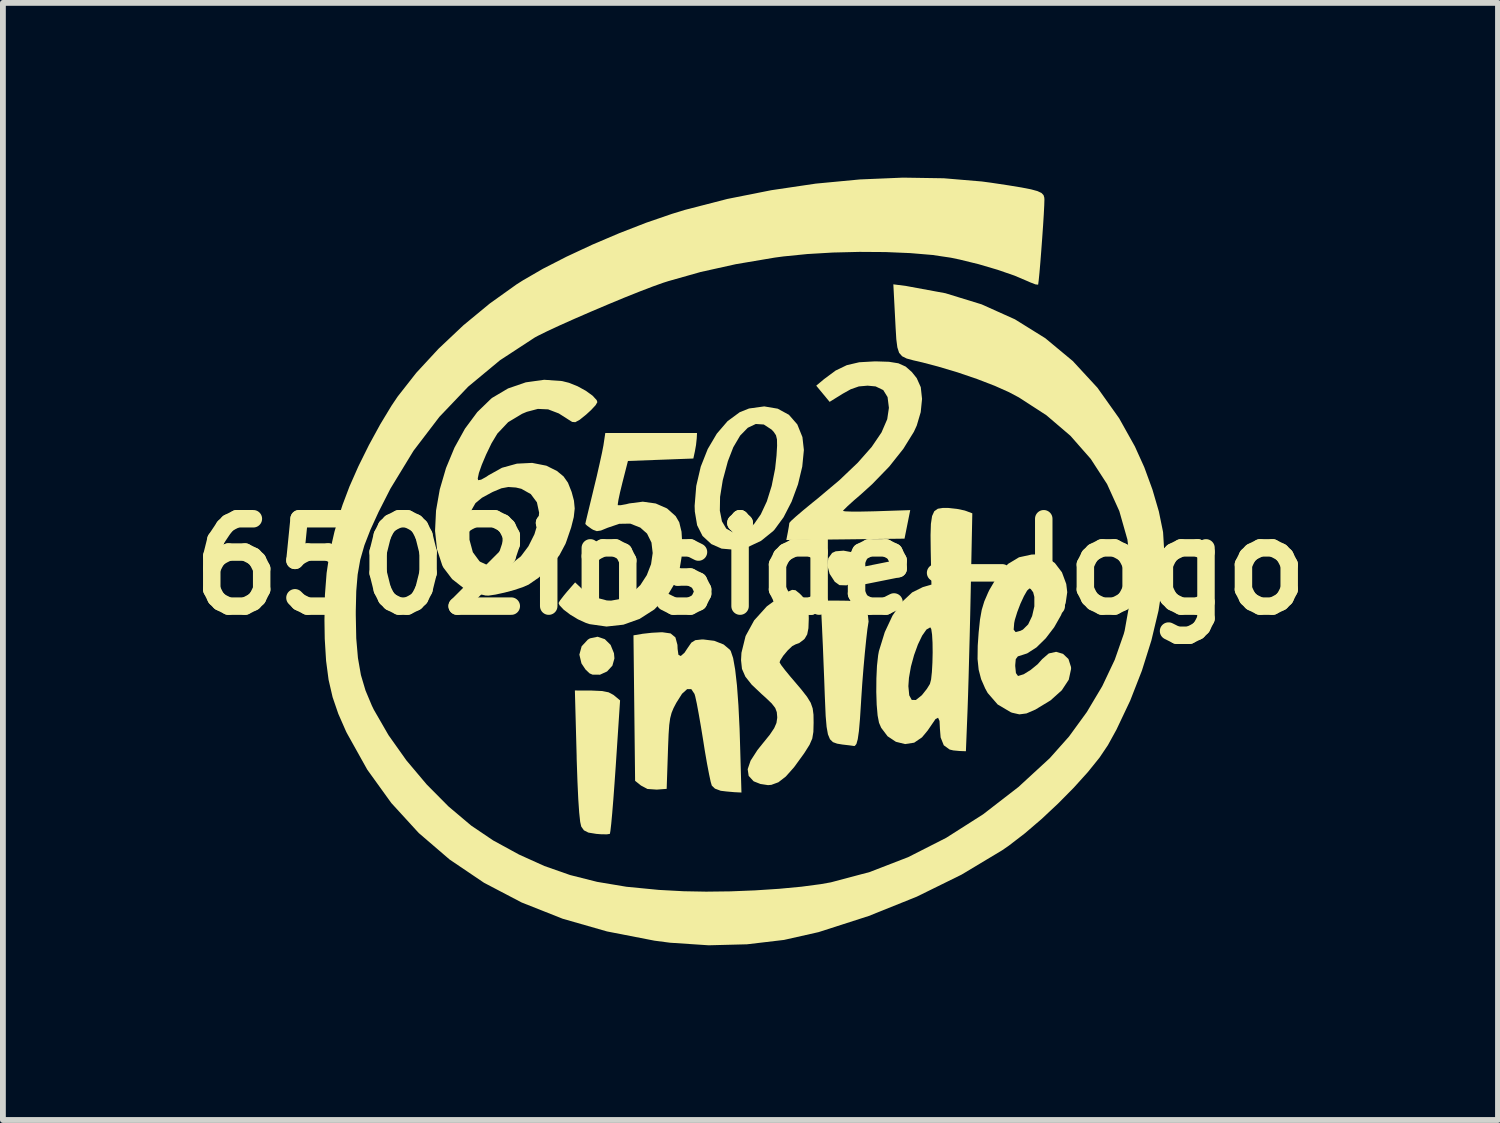
<source format=kicad_pcb>
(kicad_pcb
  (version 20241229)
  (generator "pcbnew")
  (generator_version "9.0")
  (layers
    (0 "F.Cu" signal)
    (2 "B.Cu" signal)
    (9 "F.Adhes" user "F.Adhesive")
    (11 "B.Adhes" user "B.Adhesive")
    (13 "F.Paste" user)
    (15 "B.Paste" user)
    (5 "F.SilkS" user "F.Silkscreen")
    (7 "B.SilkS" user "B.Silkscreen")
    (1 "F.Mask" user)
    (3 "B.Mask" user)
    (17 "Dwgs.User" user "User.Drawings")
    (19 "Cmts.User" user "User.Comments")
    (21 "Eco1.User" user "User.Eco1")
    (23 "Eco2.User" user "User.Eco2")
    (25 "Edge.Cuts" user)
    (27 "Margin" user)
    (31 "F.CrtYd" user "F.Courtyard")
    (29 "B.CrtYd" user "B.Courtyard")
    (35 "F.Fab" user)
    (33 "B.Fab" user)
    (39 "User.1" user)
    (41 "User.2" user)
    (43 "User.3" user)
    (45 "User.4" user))
  (footprint "6502inside-logo"
    (layer "F.Cu")
    (at 9.836 6.679)
    (property "Reference" "6502inside-logo" (at 0 0 0) (layer "F.SilkS") (effects (font (size 1.5 1.5) (thickness 0.3))))
    (attr board_only exclude_from_pos_files exclude_from_bom)
    (fp_poly (pts (xy 1.738 -0.248) (xy 1.845 -0.195) (xy 1.866 -0.175) (xy 1.92 -0.048) (xy 1.907 0.093) (xy 1.835 0.215) (xy 1.797 0.247) (xy 1.65 0.322) (xy 1.528 0.318) (xy 1.448 0.261) (xy 1.359 0.124) (xy 1.321 -0.018) (xy 1.336 -0.144) (xy 1.402 -0.235) (xy 1.463 -0.263) (xy 1.598 -0.274)) (stroke (width 0) (type solid)) (fill yes) (layer "F.SilkS"))
    (fp_poly (pts (xy -2.501 1.246) (xy -2.402 1.344) (xy -2.344 1.487) (xy -2.336 1.576) (xy -2.371 1.701) (xy -2.462 1.8) (xy -2.584 1.856) (xy -2.712 1.855) (xy -2.763 1.833) (xy -2.833 1.766) (xy -2.9 1.665) (xy -2.902 1.662) (xy -2.938 1.511) (xy -2.899 1.368) (xy -2.793 1.254) (xy -2.757 1.232) (xy -2.625 1.204)) (stroke (width 0) (type solid)) (fill yes) (layer "F.SilkS"))
    (fp_poly (pts (xy -2.728 2.128) (xy -2.554 2.136) (xy -2.437 2.158) (xy -2.354 2.202) (xy -2.34 2.213) (xy -2.239 2.297) (xy -2.314 3.432) (xy -2.335 3.731) (xy -2.355 4.002) (xy -2.374 4.234) (xy -2.391 4.417) (xy -2.405 4.538) (xy -2.414 4.588) (xy -2.415 4.589) (xy -2.467 4.597) (xy -2.574 4.595) (xy -2.648 4.589) (xy -2.783 4.567) (xy -2.86 4.528) (xy -2.906 4.463) (xy -2.924 4.383) (xy -2.941 4.224) (xy -2.957 3.99) (xy -2.971 3.684) (xy -2.984 3.312) (xy -2.985 3.243) (xy -3.015 2.127)) (stroke (width 0) (type solid)) (fill yes) (layer "F.SilkS"))
    (fp_poly (pts (xy 1.678 0.586) (xy 1.781 0.597) (xy 1.849 0.626) (xy 1.907 0.679) (xy 1.938 0.715) (xy 2.016 0.836) (xy 2.028 0.945) (xy 2.026 0.955) (xy 2.008 1.071) (xy 1.987 1.253) (xy 1.964 1.48) (xy 1.941 1.735) (xy 1.92 1.999) (xy 1.903 2.253) (xy 1.898 2.336) (xy 1.88 2.617) (xy 1.862 2.823) (xy 1.842 2.963) (xy 1.819 3.045) (xy 1.792 3.078) (xy 1.779 3.08) (xy 1.707 3.07) (xy 1.596 3.057) (xy 1.585 3.056) (xy 1.488 3.04) (xy 1.416 3.014) (xy 1.365 2.964) (xy 1.33 2.88) (xy 1.307 2.751) (xy 1.291 2.564) (xy 1.28 2.308) (xy 1.276 2.218) (xy 1.266 1.939) (xy 1.254 1.644) (xy 1.243 1.363) (xy 1.232 1.126) (xy 1.229 1.053) (xy 1.206 0.584) (xy 1.517 0.584)) (stroke (width 0) (type solid)) (fill yes) (layer "F.SilkS"))
    (fp_poly (pts (xy 0.467 -2.712) (xy 0.66 -2.607) (xy 0.804 -2.442) (xy 0.892 -2.224) (xy 0.917 -2.002) (xy 0.889 -1.717) (xy 0.816 -1.413) (xy 0.706 -1.115) (xy 0.568 -0.847) (xy 0.412 -0.634) (xy 0.387 -0.608) (xy 0.181 -0.442) (xy -0.046 -0.335) (xy -0.277 -0.29) (xy -0.496 -0.309) (xy -0.672 -0.387) (xy -0.823 -0.526) (xy -0.916 -0.71) (xy -0.956 -0.948) (xy -0.956 -0.961) (xy -0.526 -0.961) (xy -0.49 -0.778) (xy -0.416 -0.653) (xy -0.305 -0.591) (xy -0.158 -0.598) (xy -0.066 -0.632) (xy 0.06 -0.729) (xy 0.177 -0.897) (xy 0.281 -1.12) (xy 0.364 -1.386) (xy 0.423 -1.681) (xy 0.447 -1.904) (xy 0.457 -2.074) (xy 0.455 -2.184) (xy 0.438 -2.255) (xy 0.401 -2.311) (xy 0.362 -2.353) (xy 0.229 -2.44) (xy 0.091 -2.449) (xy -0.046 -2.384) (xy -0.177 -2.25) (xy -0.295 -2.05) (xy -0.388 -1.81) (xy -0.476 -1.483) (xy -0.522 -1.198) (xy -0.526 -0.961) (xy -0.956 -0.961) (xy -0.959 -1.043) (xy -0.931 -1.386) (xy -0.854 -1.716) (xy -0.734 -2.019) (xy -0.578 -2.283) (xy -0.393 -2.498) (xy -0.185 -2.651) (xy -0.025 -2.715) (xy 0.236 -2.751)) (stroke (width 0) (type solid)) (fill yes) (layer "F.SilkS"))
    (fp_poly (pts (xy 2.378 -3.517) (xy 2.54 -3.491) (xy 2.664 -3.435) (xy 2.77 -3.342) (xy 2.854 -3.237) (xy 2.924 -3.081) (xy 2.946 -2.879) (xy 2.923 -2.652) (xy 2.855 -2.422) (xy 2.806 -2.315) (xy 2.625 -2.023) (xy 2.382 -1.717) (xy 2.09 -1.416) (xy 1.908 -1.251) (xy 1.774 -1.135) (xy 1.667 -1.038) (xy 1.602 -0.974) (xy 1.588 -0.956) (xy 1.626 -0.949) (xy 1.732 -0.945) (xy 1.893 -0.945) (xy 2.092 -0.949) (xy 2.164 -0.951) (xy 2.743 -0.97) (xy 2.694 -0.725) (xy 2.645 -0.48) (xy 1.63 -0.468) (xy 0.615 -0.457) (xy 0.641 -0.588) (xy 0.659 -0.689) (xy 0.667 -0.749) (xy 0.667 -0.75) (xy 0.698 -0.786) (xy 0.783 -0.863) (xy 0.91 -0.971) (xy 1.068 -1.101) (xy 1.137 -1.156) (xy 1.527 -1.484) (xy 1.841 -1.783) (xy 2.081 -2.055) (xy 2.25 -2.304) (xy 2.348 -2.531) (xy 2.377 -2.726) (xy 2.354 -2.911) (xy 2.28 -3.031) (xy 2.149 -3.094) (xy 2.012 -3.107) (xy 1.861 -3.094) (xy 1.721 -3.045) (xy 1.583 -2.968) (xy 1.359 -2.829) (xy 1.244 -2.968) (xy 1.129 -3.107) (xy 1.263 -3.219) (xy 1.461 -3.366) (xy 1.654 -3.459) (xy 1.868 -3.509) (xy 2.133 -3.524) (xy 2.155 -3.524)) (stroke (width 0) (type solid)) (fill yes) (layer "F.SilkS"))
    (fp_poly (pts (xy -1.372 1.147) (xy -1.289 1.215) (xy -1.254 1.344) (xy -1.251 1.415) (xy -1.237 1.514) (xy -1.197 1.535) (xy -1.133 1.479) (xy -1.079 1.397) (xy -1.015 1.305) (xy -0.947 1.263) (xy -0.838 1.251) (xy -0.807 1.251) (xy -0.621 1.274) (xy -0.461 1.337) (xy -0.353 1.428) (xy -0.338 1.451) (xy -0.298 1.57) (xy -0.263 1.768) (xy -0.232 2.04) (xy -0.207 2.381) (xy -0.187 2.787) (xy -0.18 3.013) (xy -0.155 3.879) (xy -0.276 3.873) (xy -0.412 3.861) (xy -0.511 3.849) (xy -0.61 3.812) (xy -0.664 3.76) (xy -0.683 3.696) (xy -0.711 3.565) (xy -0.746 3.382) (xy -0.784 3.162) (xy -0.811 2.99) (xy -0.85 2.751) (xy -0.888 2.533) (xy -0.921 2.355) (xy -0.948 2.231) (xy -0.961 2.186) (xy -1.016 2.104) (xy -1.088 2.104) (xy -1.175 2.183) (xy -1.272 2.336) (xy -1.321 2.429) (xy -1.355 2.512) (xy -1.379 2.604) (xy -1.395 2.72) (xy -1.406 2.88) (xy -1.415 3.099) (xy -1.418 3.191) (xy -1.439 3.816) (xy -1.609 3.829) (xy -1.769 3.818) (xy -1.88 3.759) (xy -1.981 3.678) (xy -1.995 2.429) (xy -2.009 1.18) (xy -1.849 1.153) (xy -1.696 1.136) (xy -1.532 1.127) (xy -1.513 1.127)) (stroke (width 0) (type solid)) (fill yes) (layer "F.SilkS"))
    (fp_poly (pts (xy 0.773 0.405) (xy 0.843 0.461) (xy 0.877 0.495) (xy 0.945 0.572) (xy 0.982 0.648) (xy 0.998 0.752) (xy 1.001 0.894) (xy 0.995 1.058) (xy 0.974 1.164) (xy 0.932 1.236) (xy 0.918 1.251) (xy 0.836 1.313) (xy 0.774 1.335) (xy 0.717 1.365) (xy 0.639 1.439) (xy 0.562 1.531) (xy 0.51 1.613) (xy 0.5 1.645) (xy 0.526 1.689) (xy 0.594 1.778) (xy 0.691 1.896) (xy 0.723 1.933) (xy 0.87 2.106) (xy 0.971 2.235) (xy 1.034 2.338) (xy 1.068 2.435) (xy 1.082 2.543) (xy 1.084 2.68) (xy 1.084 2.681) (xy 1.08 2.838) (xy 1.061 2.952) (xy 1.015 3.058) (xy 0.932 3.19) (xy 0.916 3.214) (xy 0.749 3.444) (xy 0.607 3.604) (xy 0.479 3.703) (xy 0.359 3.747) (xy 0.301 3.752) (xy 0.17 3.732) (xy 0.059 3.688) (xy 0.052 3.684) (xy -0.031 3.593) (xy -0.048 3.478) (xy 0.002 3.332) (xy 0.12 3.149) (xy 0.209 3.038) (xy 0.332 2.886) (xy 0.407 2.774) (xy 0.446 2.685) (xy 0.459 2.598) (xy 0.459 2.582) (xy 0.452 2.499) (xy 0.425 2.427) (xy 0.364 2.349) (xy 0.256 2.246) (xy 0.191 2.188) (xy 0.021 2.027) (xy -0.088 1.889) (xy -0.146 1.756) (xy -0.162 1.606) (xy -0.155 1.48) (xy -0.084 1.192) (xy 0.063 0.923) (xy 0.281 0.682) (xy 0.563 0.476) (xy 0.637 0.434) (xy 0.715 0.399)) (stroke (width 0) (type solid)) (fill yes) (layer "F.SilkS"))
    (fp_poly (pts (xy 5.069 -0.17) (xy 5.226 -0.062) (xy 5.348 0.098) (xy 5.422 0.298) (xy 5.439 0.439) (xy 5.412 0.626) (xy 5.333 0.833) (xy 5.215 1.041) (xy 5.069 1.232) (xy 4.911 1.387) (xy 4.751 1.49) (xy 4.671 1.516) (xy 4.591 1.541) (xy 4.555 1.589) (xy 4.546 1.69) (xy 4.546 1.709) (xy 4.558 1.828) (xy 4.592 1.876) (xy 4.598 1.877) (xy 4.692 1.848) (xy 4.811 1.774) (xy 4.931 1.676) (xy 5.01 1.587) (xy 5.122 1.491) (xy 5.248 1.463) (xy 5.367 1.498) (xy 5.46 1.587) (xy 5.504 1.725) (xy 5.505 1.757) (xy 5.465 1.942) (xy 5.345 2.124) (xy 5.152 2.297) (xy 4.892 2.455) (xy 4.739 2.521) (xy 4.617 2.537) (xy 4.493 2.509) (xy 4.469 2.5) (xy 4.244 2.367) (xy 4.073 2.17) (xy 4.03 2.092) (xy 3.96 1.932) (xy 3.918 1.77) (xy 3.899 1.586) (xy 3.902 1.358) (xy 3.918 1.129) (xy 3.923 1.082) (xy 4.519 1.082) (xy 4.552 1.124) (xy 4.634 1.103) (xy 4.678 1.081) (xy 4.768 0.992) (xy 4.836 0.849) (xy 4.874 0.683) (xy 4.874 0.52) (xy 4.854 0.441) (xy 4.812 0.384) (xy 4.79 0.375) (xy 4.75 0.412) (xy 4.696 0.506) (xy 4.636 0.635) (xy 4.581 0.779) (xy 4.539 0.915) (xy 4.528 0.97) (xy 4.519 1.082) (xy 3.923 1.082) (xy 3.941 0.909) (xy 3.971 0.742) (xy 4.014 0.599) (xy 4.079 0.448) (xy 4.102 0.4) (xy 4.256 0.138) (xy 4.423 -0.047) (xy 4.611 -0.16) (xy 4.827 -0.207) (xy 4.888 -0.209)) (stroke (width 0) (type solid)) (fill yes) (layer "F.SilkS"))
    (fp_poly (pts (xy -0.923 -2.2) (xy -0.935 -2.088) (xy -0.954 -1.981) (xy -0.981 -1.856) (xy -1.542 -1.835) (xy -2.104 -1.814) (xy -2.199 -1.442) (xy -2.239 -1.278) (xy -2.267 -1.147) (xy -2.279 -1.068) (xy -2.277 -1.054) (xy -2.231 -1.054) (xy -2.133 -1.072) (xy -2.082 -1.085) (xy -1.849 -1.115) (xy -1.627 -1.084) (xy -1.433 -0.999) (xy -1.285 -0.867) (xy -1.223 -0.761) (xy -1.184 -0.599) (xy -1.171 -0.387) (xy -1.184 -0.156) (xy -1.221 0.067) (xy -1.28 0.253) (xy -1.281 0.255) (xy -1.44 0.521) (xy -1.653 0.737) (xy -1.904 0.898) (xy -2.182 0.997) (xy -2.472 1.029) (xy -2.761 0.988) (xy -2.828 0.966) (xy -2.962 0.905) (xy -3.096 0.824) (xy -3.209 0.738) (xy -3.281 0.661) (xy -3.295 0.625) (xy -3.27 0.581) (xy -3.205 0.497) (xy -3.153 0.434) (xy -3.011 0.271) (xy -2.892 0.383) (xy -2.693 0.521) (xy -2.466 0.581) (xy -2.393 0.584) (xy -2.202 0.549) (xy -2.033 0.456) (xy -1.89 0.316) (xy -1.78 0.146) (xy -1.707 -0.042) (xy -1.679 -0.233) (xy -1.7 -0.413) (xy -1.776 -0.567) (xy -1.892 -0.67) (xy -2.064 -0.738) (xy -2.252 -0.735) (xy -2.453 -0.667) (xy -2.567 -0.62) (xy -2.639 -0.609) (xy -2.702 -0.632) (xy -2.735 -0.652) (xy -2.807 -0.704) (xy -2.836 -0.732) (xy -2.827 -0.776) (xy -2.801 -0.885) (xy -2.762 -1.046) (xy -2.714 -1.243) (xy -2.694 -1.327) (xy -2.639 -1.554) (xy -2.59 -1.77) (xy -2.55 -1.952) (xy -2.525 -2.081) (xy -2.522 -2.101) (xy -2.493 -2.294) (xy -1.705 -2.294) (xy -0.918 -2.294)) (stroke (width 0) (type solid)) (fill yes) (layer "F.SilkS"))
    (fp_poly (pts (xy 3.402 -1.007) (xy 3.545 -0.991) (xy 3.672 -0.965) (xy 3.7 -0.956) (xy 3.809 -0.915) (xy 3.781 0.45) (xy 3.773 0.819) (xy 3.764 1.196) (xy 3.754 1.565) (xy 3.745 1.907) (xy 3.736 2.205) (xy 3.728 2.441) (xy 3.726 2.492) (xy 3.699 3.17) (xy 3.591 3.166) (xy 3.483 3.156) (xy 3.42 3.141) (xy 3.319 3.068) (xy 3.265 2.933) (xy 3.253 2.786) (xy 3.246 2.65) (xy 3.221 2.595) (xy 3.177 2.618) (xy 3.12 2.701) (xy 3.042 2.815) (xy 2.948 2.928) (xy 2.946 2.931) (xy 2.811 3.023) (xy 2.655 3.047) (xy 2.497 3.008) (xy 2.354 2.913) (xy 2.244 2.767) (xy 2.207 2.681) (xy 2.183 2.556) (xy 2.167 2.371) (xy 2.16 2.152) (xy 2.161 2.053) (xy 2.711 2.053) (xy 2.726 2.21) (xy 2.769 2.289) (xy 2.84 2.29) (xy 2.938 2.212) (xy 2.949 2.2) (xy 3.029 2.099) (xy 3.081 2.015) (xy 3.101 1.939) (xy 3.115 1.811) (xy 3.124 1.649) (xy 3.128 1.475) (xy 3.126 1.308) (xy 3.118 1.167) (xy 3.104 1.072) (xy 3.087 1.043) (xy 3.021 1.081) (xy 2.948 1.185) (xy 2.875 1.337) (xy 2.809 1.519) (xy 2.755 1.716) (xy 2.721 1.91) (xy 2.711 2.053) (xy 2.161 2.053) (xy 2.162 1.921) (xy 2.172 1.704) (xy 2.192 1.523) (xy 2.205 1.452) (xy 2.306 1.125) (xy 2.439 0.841) (xy 2.598 0.61) (xy 2.776 0.443) (xy 2.961 0.351) (xy 3.107 0.309) (xy 3.095 -0.273) (xy 3.092 -0.54) (xy 3.098 -0.734) (xy 3.118 -0.868) (xy 3.156 -0.951) (xy 3.217 -0.994) (xy 3.305 -1.008)) (stroke (width 0) (type solid)) (fill yes) (layer "F.SilkS"))
    (fp_poly (pts (xy -3.236 -3.186) (xy -3.116 -3.156) (xy -2.969 -3.097) (xy -2.827 -3.019) (xy -2.711 -2.935) (xy -2.641 -2.859) (xy -2.629 -2.824) (xy -2.659 -2.772) (xy -2.737 -2.688) (xy -2.822 -2.61) (xy -2.934 -2.52) (xy -3.008 -2.48) (xy -3.06 -2.484) (xy -3.081 -2.496) (xy -3.291 -2.63) (xy -3.474 -2.7) (xy -3.65 -2.708) (xy -3.84 -2.658) (xy -3.921 -2.624) (xy -4.161 -2.48) (xy -4.346 -2.284) (xy -4.446 -2.118) (xy -4.539 -1.925) (xy -4.613 -1.75) (xy -4.663 -1.608) (xy -4.683 -1.514) (xy -4.676 -1.484) (xy -4.625 -1.493) (xy -4.536 -1.542) (xy -4.5 -1.567) (xy -4.267 -1.697) (xy -4.01 -1.768) (xy -3.749 -1.781) (xy -3.505 -1.733) (xy -3.323 -1.642) (xy -3.21 -1.549) (xy -3.134 -1.441) (xy -3.072 -1.285) (xy -3.069 -1.276) (xy -3.031 -1.133) (xy -3.018 -0.998) (xy -3.034 -0.851) (xy -3.079 -0.672) (xy -3.158 -0.441) (xy -3.176 -0.392) (xy -3.281 -0.195) (xy -3.441 0.007) (xy -3.637 0.19) (xy -3.811 0.31) (xy -3.913 0.354) (xy -4.058 0.402) (xy -4.222 0.446) (xy -4.377 0.48) (xy -4.498 0.498) (xy -4.55 0.496) (xy -4.598 0.485) (xy -4.693 0.462) (xy -4.708 0.459) (xy -4.927 0.368) (xy -5.123 0.214) (xy -5.272 0.018) (xy -5.292 -0.021) (xy -5.382 -0.296) (xy -5.416 -0.614) (xy -5.41 -0.738) (xy -4.827 -0.738) (xy -4.825 -0.461) (xy -4.767 -0.247) (xy -4.656 -0.096) (xy -4.642 -0.084) (xy -4.498 -0.018) (xy -4.32 -0.002) (xy -4.142 -0.039) (xy -4.087 -0.063) (xy -3.943 -0.176) (xy -3.813 -0.349) (xy -3.709 -0.557) (xy -3.644 -0.776) (xy -3.629 -0.926) (xy -3.667 -1.104) (xy -3.772 -1.245) (xy -3.934 -1.336) (xy -4.027 -1.358) (xy -4.157 -1.367) (xy -4.276 -1.345) (xy -4.422 -1.284) (xy -4.436 -1.277) (xy -4.611 -1.182) (xy -4.722 -1.09) (xy -4.786 -0.978) (xy -4.819 -0.825) (xy -4.827 -0.738) (xy -5.41 -0.738) (xy -5.399 -0.963) (xy -5.335 -1.326) (xy -5.228 -1.692) (xy -5.082 -2.044) (xy -4.902 -2.369) (xy -4.691 -2.653) (xy -4.455 -2.882) (xy -4.435 -2.898) (xy -4.163 -3.059) (xy -3.858 -3.164) (xy -3.542 -3.208)) (stroke (width 0) (type solid)) (fill yes) (layer "F.SilkS"))
    (fp_poly (pts (xy 3.32 -6.668) (xy 3.972 -6.613) (xy 4.129 -6.592) (xy 4.428 -6.547) (xy 4.653 -6.51) (xy 4.817 -6.478) (xy 4.927 -6.448) (xy 4.996 -6.416) (xy 5.032 -6.379) (xy 5.045 -6.335) (xy 5.047 -6.303) (xy 5.044 -6.201) (xy 5.036 -6.046) (xy 5.024 -5.854) (xy 5.009 -5.641) (xy 4.993 -5.425) (xy 4.977 -5.221) (xy 4.962 -5.046) (xy 4.949 -4.916) (xy 4.94 -4.847) (xy 4.938 -4.841) (xy 4.893 -4.846) (xy 4.803 -4.881) (xy 4.765 -4.898) (xy 4.532 -4.997) (xy 4.242 -5.097) (xy 3.92 -5.192) (xy 3.594 -5.272) (xy 3.442 -5.304) (xy 3.125 -5.351) (xy 2.745 -5.383) (xy 2.321 -5.401) (xy 1.872 -5.404) (xy 1.417 -5.393) (xy 0.976 -5.367) (xy 0.566 -5.326) (xy 0.417 -5.306) (xy -0.251 -5.193) (xy -0.855 -5.059) (xy -1.41 -4.902) (xy -1.501 -4.873) (xy -1.677 -4.81) (xy -1.904 -4.723) (xy -2.167 -4.618) (xy -2.451 -4.5) (xy -2.741 -4.377) (xy -3.022 -4.255) (xy -3.277 -4.141) (xy -3.492 -4.041) (xy -3.652 -3.962) (xy -3.702 -3.935) (xy -4.3 -3.544) (xy -4.847 -3.09) (xy -5.341 -2.572) (xy -5.786 -1.989) (xy -6.182 -1.339) (xy -6.386 -0.938) (xy -6.526 -0.632) (xy -6.629 -0.367) (xy -6.7 -0.119) (xy -6.745 0.136) (xy -6.769 0.421) (xy -6.777 0.761) (xy -6.777 0.834) (xy -6.769 1.233) (xy -6.74 1.569) (xy -6.689 1.861) (xy -6.61 2.127) (xy -6.501 2.387) (xy -6.467 2.457) (xy -6.215 2.894) (xy -5.908 3.327) (xy -5.559 3.741) (xy -5.184 4.119) (xy -4.795 4.447) (xy -4.419 4.701) (xy -3.974 4.944) (xy -3.538 5.141) (xy -3.096 5.296) (xy -2.632 5.413) (xy -2.13 5.497) (xy -1.574 5.551) (xy -1.147 5.574) (xy -0.761 5.581) (xy -0.346 5.576) (xy 0.079 5.559) (xy 0.492 5.532) (xy 0.875 5.496) (xy 1.207 5.452) (xy 1.381 5.421) (xy 2.047 5.244) (xy 2.709 4.988) (xy 3.36 4.657) (xy 3.993 4.254) (xy 4.601 3.784) (xy 5.139 3.289) (xy 5.469 2.918) (xy 5.774 2.499) (xy 6.04 2.053) (xy 6.255 1.599) (xy 6.409 1.158) (xy 6.425 1.099) (xy 6.52 0.567) (xy 6.535 0.044) (xy 6.472 -0.465) (xy 6.333 -0.954) (xy 6.123 -1.417) (xy 5.842 -1.85) (xy 5.494 -2.246) (xy 5.081 -2.599) (xy 4.607 -2.906) (xy 4.439 -2.995) (xy 4.195 -3.104) (xy 3.894 -3.22) (xy 3.56 -3.334) (xy 3.218 -3.436) (xy 2.952 -3.506) (xy 2.796 -3.542) (xy 2.682 -3.573) (xy 2.604 -3.612) (xy 2.552 -3.671) (xy 2.522 -3.764) (xy 2.504 -3.903) (xy 2.492 -4.102) (xy 2.48 -4.332) (xy 2.453 -4.847) (xy 2.676 -4.818) (xy 3.348 -4.694) (xy 3.969 -4.503) (xy 4.541 -4.246) (xy 5.062 -3.922) (xy 5.534 -3.53) (xy 5.957 -3.072) (xy 6.33 -2.547) (xy 6.6 -2.064) (xy 6.762 -1.706) (xy 6.902 -1.323) (xy 7.012 -0.947) (xy 7.082 -0.605) (xy 7.085 -0.584) (xy 7.109 -0.182) (xy 7.082 0.27) (xy 7.006 0.757) (xy 6.884 1.267) (xy 6.721 1.786) (xy 6.52 2.301) (xy 6.284 2.799) (xy 6.137 3.066) (xy 5.993 3.28) (xy 5.793 3.528) (xy 5.551 3.796) (xy 5.281 4.069) (xy 4.997 4.335) (xy 4.711 4.58) (xy 4.438 4.79) (xy 4.321 4.871) (xy 3.622 5.29) (xy 2.856 5.667) (xy 2.03 5.999) (xy 1.169 6.276) (xy 0.575 6.41) (xy -0.06 6.485) (xy -0.718 6.502) (xy -1.38 6.458) (xy -1.647 6.423) (xy -2.464 6.264) (xy -3.225 6.046) (xy -3.929 5.767) (xy -4.576 5.428) (xy -5.165 5.03) (xy -5.696 4.574) (xy -6.167 4.059) (xy -6.58 3.486) (xy -6.932 2.855) (xy -6.947 2.824) (xy -7.077 2.528) (xy -7.175 2.242) (xy -7.244 1.944) (xy -7.287 1.617) (xy -7.31 1.242) (xy -7.315 0.918) (xy -7.307 0.487) (xy -7.278 0.11) (xy -7.225 -0.243) (xy -7.143 -0.6) (xy -7.027 -0.991) (xy -7.003 -1.064) (xy -6.886 -1.374) (xy -6.731 -1.725) (xy -6.55 -2.09) (xy -6.356 -2.445) (xy -6.163 -2.764) (xy -6.058 -2.92) (xy -5.738 -3.328) (xy -5.355 -3.742) (xy -4.929 -4.144) (xy -4.477 -4.517) (xy -4.018 -4.845) (xy -3.906 -4.916) (xy -3.564 -5.114) (xy -3.16 -5.321) (xy -2.716 -5.528) (xy -2.253 -5.725) (xy -1.79 -5.905) (xy -1.348 -6.057) (xy -1.126 -6.125) (xy -0.397 -6.313) (xy 0.357 -6.463) (xy 1.12 -6.576) (xy 1.879 -6.648) (xy 2.618 -6.679)) (stroke (width 0) (type solid)) (fill yes) (layer "F.SilkS")))
  (gr_rect
    (start -3 -3)
    (end 22.671 16.181)
    (stroke (width 0.1) (type default))
    (fill no)
    (layer "Edge.Cuts")))
</source>
